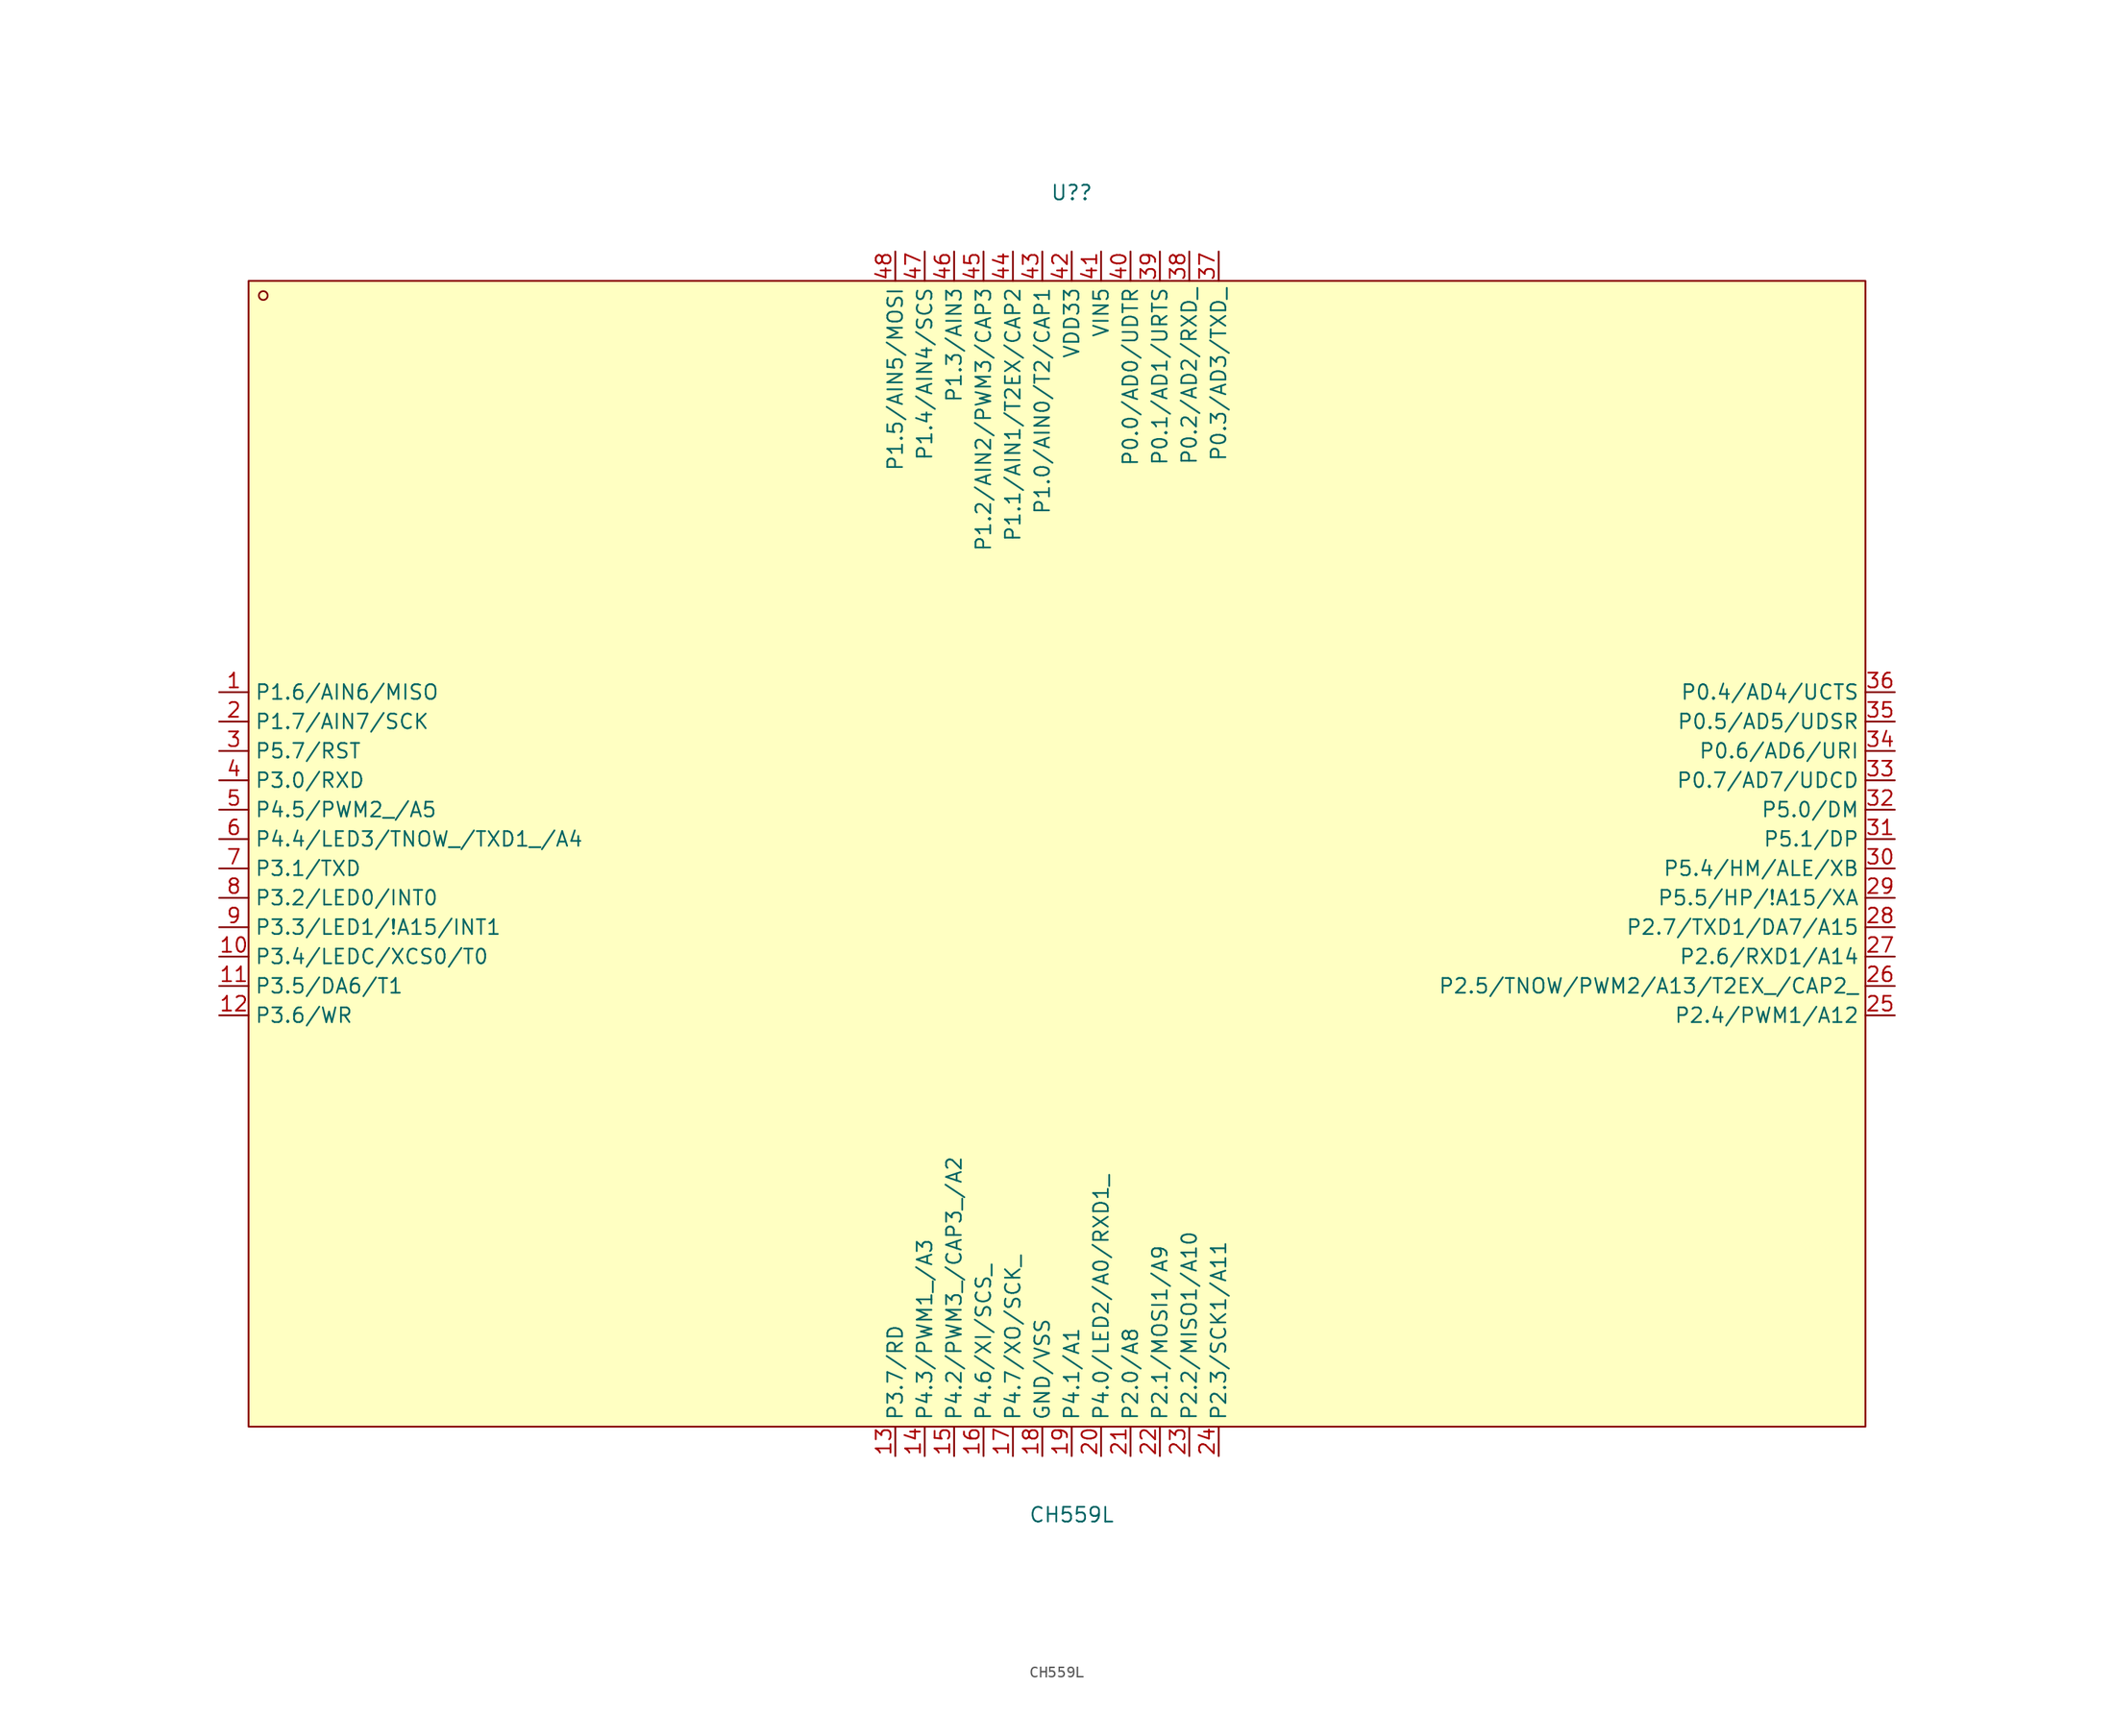
<source format=kicad_sym>
(kicad_symbol_lib
  (version 20211014)
  (generator kicad_symbol_editor)
  (symbol "CH559L"
    (property "Reference" "U?"
      (at 0 58.42 0)
      (effects (font (size 1.27 1.27))))
    (property "Value" "CH559L"
      (at 0 -55.88 0)
      (effects (font (size 1.27 1.27))))
    (symbol "CH559L_0_1"
      (rectangle (start -71.12 50.8) (end 68.58 -48.26) (stroke (width 0) (type default) (color 0 0 0 0)) (fill (type background)))
      (circle (center -69.85 49.53) (radius 0.38) (stroke (width 0) (type default) (color 0 0 0 0)) (fill (type none)))
      (pin unspecified line (at -73.66 15.24 0) (length 2.54) (name "P1.6/AIN6/MISO" (effects (font (size 1.27 1.27)))) (number "1" (effects (font (size 1.27 1.27)))))
      (pin unspecified line (at -73.66 -7.62 0) (length 2.54) (name "P3.4/LEDC/XCS0/T0" (effects (font (size 1.27 1.27)))) (number "10" (effects (font (size 1.27 1.27)))))
      (pin unspecified line (at -73.66 -10.16 0) (length 2.54) (name "P3.5/DA6/T1" (effects (font (size 1.27 1.27)))) (number "11" (effects (font (size 1.27 1.27)))))
      (pin unspecified line (at -73.66 -12.7 0) (length 2.54) (name "P3.6/WR" (effects (font (size 1.27 1.27)))) (number "12" (effects (font (size 1.27 1.27)))))
      (pin unspecified line (at -15.24 -50.8 90) (length 2.54) (name "P3.7/RD" (effects (font (size 1.27 1.27)))) (number "13" (effects (font (size 1.27 1.27)))))
      (pin unspecified line (at -12.7 -50.8 90) (length 2.54) (name "P4.3/PWM1_/A3" (effects (font (size 1.27 1.27)))) (number "14" (effects (font (size 1.27 1.27)))))
      (pin unspecified line (at -10.16 -50.8 90) (length 2.54) (name "P4.2/PWM3_/CAP3_/A2" (effects (font (size 1.27 1.27)))) (number "15" (effects (font (size 1.27 1.27)))))
      (pin unspecified line (at -7.62 -50.8 90) (length 2.54) (name "P4.6/XI/SCS_" (effects (font (size 1.27 1.27)))) (number "16" (effects (font (size 1.27 1.27)))))
      (pin unspecified line (at -5.08 -50.8 90) (length 2.54) (name "P4.7/XO/SCK_" (effects (font (size 1.27 1.27)))) (number "17" (effects (font (size 1.27 1.27)))))
      (pin unspecified line (at -2.54 -50.8 90) (length 2.54) (name "GND/VSS" (effects (font (size 1.27 1.27)))) (number "18" (effects (font (size 1.27 1.27)))))
      (pin unspecified line (at 0 -50.8 90) (length 2.54) (name "P4.1/A1" (effects (font (size 1.27 1.27)))) (number "19" (effects (font (size 1.27 1.27)))))
      (pin unspecified line (at -73.66 12.7 0) (length 2.54) (name "P1.7/AIN7/SCK" (effects (font (size 1.27 1.27)))) (number "2" (effects (font (size 1.27 1.27)))))
      (pin unspecified line (at 2.54 -50.8 90) (length 2.54) (name "P4.0/LED2/A0/RXD1_" (effects (font (size 1.27 1.27)))) (number "20" (effects (font (size 1.27 1.27)))))
      (pin unspecified line (at 5.08 -50.8 90) (length 2.54) (name "P2.0/A8" (effects (font (size 1.27 1.27)))) (number "21" (effects (font (size 1.27 1.27)))))
      (pin unspecified line (at 7.62 -50.8 90) (length 2.54) (name "P2.1/MOSI1/A9" (effects (font (size 1.27 1.27)))) (number "22" (effects (font (size 1.27 1.27)))))
      (pin unspecified line (at 10.16 -50.8 90) (length 2.54) (name "P2.2/MISO1/A10" (effects (font (size 1.27 1.27)))) (number "23" (effects (font (size 1.27 1.27)))))
      (pin unspecified line (at 12.7 -50.8 90) (length 2.54) (name "P2.3/SCK1/A11" (effects (font (size 1.27 1.27)))) (number "24" (effects (font (size 1.27 1.27)))))
      (pin unspecified line (at 71.12 -12.7 180) (length 2.54) (name "P2.4/PWM1/A12" (effects (font (size 1.27 1.27)))) (number "25" (effects (font (size 1.27 1.27)))))
      (pin unspecified line (at 71.12 -10.16 180) (length 2.54) (name "P2.5/TNOW/PWM2/A13/T2EX_/CAP2_" (effects (font (size 1.27 1.27)))) (number "26" (effects (font (size 1.27 1.27)))))
      (pin unspecified line (at 71.12 -7.62 180) (length 2.54) (name "P2.6/RXD1/A14" (effects (font (size 1.27 1.27)))) (number "27" (effects (font (size 1.27 1.27)))))
      (pin unspecified line (at 71.12 -5.08 180) (length 2.54) (name "P2.7/TXD1/DA7/A15" (effects (font (size 1.27 1.27)))) (number "28" (effects (font (size 1.27 1.27)))))
      (pin unspecified line (at 71.12 -2.54 180) (length 2.54) (name "P5.5/HP/!A15/XA" (effects (font (size 1.27 1.27)))) (number "29" (effects (font (size 1.27 1.27)))))
      (pin unspecified line (at -73.66 10.16 0) (length 2.54) (name "P5.7/RST" (effects (font (size 1.27 1.27)))) (number "3" (effects (font (size 1.27 1.27)))))
      (pin unspecified line (at 71.12 0 180) (length 2.54) (name "P5.4/HM/ALE/XB" (effects (font (size 1.27 1.27)))) (number "30" (effects (font (size 1.27 1.27)))))
      (pin unspecified line (at 71.12 2.54 180) (length 2.54) (name "P5.1/DP" (effects (font (size 1.27 1.27)))) (number "31" (effects (font (size 1.27 1.27)))))
      (pin unspecified line (at 71.12 5.08 180) (length 2.54) (name "P5.0/DM" (effects (font (size 1.27 1.27)))) (number "32" (effects (font (size 1.27 1.27)))))
      (pin unspecified line (at 71.12 7.62 180) (length 2.54) (name "P0.7/AD7/UDCD" (effects (font (size 1.27 1.27)))) (number "33" (effects (font (size 1.27 1.27)))))
      (pin unspecified line (at 71.12 10.16 180) (length 2.54) (name "P0.6/AD6/URI" (effects (font (size 1.27 1.27)))) (number "34" (effects (font (size 1.27 1.27)))))
      (pin unspecified line (at 71.12 12.7 180) (length 2.54) (name "P0.5/AD5/UDSR" (effects (font (size 1.27 1.27)))) (number "35" (effects (font (size 1.27 1.27)))))
      (pin unspecified line (at 71.12 15.24 180) (length 2.54) (name "P0.4/AD4/UCTS" (effects (font (size 1.27 1.27)))) (number "36" (effects (font (size 1.27 1.27)))))
      (pin unspecified line (at 12.7 53.34 270) (length 2.54) (name "P0.3/AD3/TXD_" (effects (font (size 1.27 1.27)))) (number "37" (effects (font (size 1.27 1.27)))))
      (pin unspecified line (at 10.16 53.34 270) (length 2.54) (name "P0.2/AD2/RXD_" (effects (font (size 1.27 1.27)))) (number "38" (effects (font (size 1.27 1.27)))))
      (pin unspecified line (at 7.62 53.34 270) (length 2.54) (name "P0.1/AD1/URTS" (effects (font (size 1.27 1.27)))) (number "39" (effects (font (size 1.27 1.27)))))
      (pin unspecified line (at -73.66 7.62 0) (length 2.54) (name "P3.0/RXD" (effects (font (size 1.27 1.27)))) (number "4" (effects (font (size 1.27 1.27)))))
      (pin unspecified line (at 5.08 53.34 270) (length 2.54) (name "P0.0/AD0/UDTR" (effects (font (size 1.27 1.27)))) (number "40" (effects (font (size 1.27 1.27)))))
      (pin unspecified line (at 2.54 53.34 270) (length 2.54) (name "VIN5" (effects (font (size 1.27 1.27)))) (number "41" (effects (font (size 1.27 1.27)))))
      (pin unspecified line (at 0 53.34 270) (length 2.54) (name "VDD33" (effects (font (size 1.27 1.27)))) (number "42" (effects (font (size 1.27 1.27)))))
      (pin unspecified line (at -2.54 53.34 270) (length 2.54) (name "P1.0/AIN0/T2/CAP1" (effects (font (size 1.27 1.27)))) (number "43" (effects (font (size 1.27 1.27)))))
      (pin unspecified line (at -5.08 53.34 270) (length 2.54) (name "P1.1/AIN1/T2EX/CAP2" (effects (font (size 1.27 1.27)))) (number "44" (effects (font (size 1.27 1.27)))))
      (pin unspecified line (at -7.62 53.34 270) (length 2.54) (name "P1.2/AIN2/PWM3/CAP3" (effects (font (size 1.27 1.27)))) (number "45" (effects (font (size 1.27 1.27)))))
      (pin unspecified line (at -10.16 53.34 270) (length 2.54) (name "P1.3/AIN3" (effects (font (size 1.27 1.27)))) (number "46" (effects (font (size 1.27 1.27)))))
      (pin unspecified line (at -12.7 53.34 270) (length 2.54) (name "P1.4/AIN4/SCS" (effects (font (size 1.27 1.27)))) (number "47" (effects (font (size 1.27 1.27)))))
      (pin unspecified line (at -15.24 53.34 270) (length 2.54) (name "P1.5/AIN5/MOSI" (effects (font (size 1.27 1.27)))) (number "48" (effects (font (size 1.27 1.27)))))
      (pin unspecified line (at -73.66 5.08 0) (length 2.54) (name "P4.5/PWM2_/A5" (effects (font (size 1.27 1.27)))) (number "5" (effects (font (size 1.27 1.27)))))
      (pin unspecified line (at -73.66 2.54 0) (length 2.54) (name "P4.4/LED3/TNOW_/TXD1_/A4" (effects (font (size 1.27 1.27)))) (number "6" (effects (font (size 1.27 1.27)))))
      (pin unspecified line (at -73.66 0 0) (length 2.54) (name "P3.1/TXD" (effects (font (size 1.27 1.27)))) (number "7" (effects (font (size 1.27 1.27)))))
      (pin unspecified line (at -73.66 -2.54 0) (length 2.54) (name "P3.2/LED0/INT0" (effects (font (size 1.27 1.27)))) (number "8" (effects (font (size 1.27 1.27)))))
      (pin unspecified line (at -73.66 -5.08 0) (length 2.54) (name "P3.3/LED1/!A15/INT1" (effects (font (size 1.27 1.27)))) (number "9" (effects (font (size 1.27 1.27))))))))
</source>
